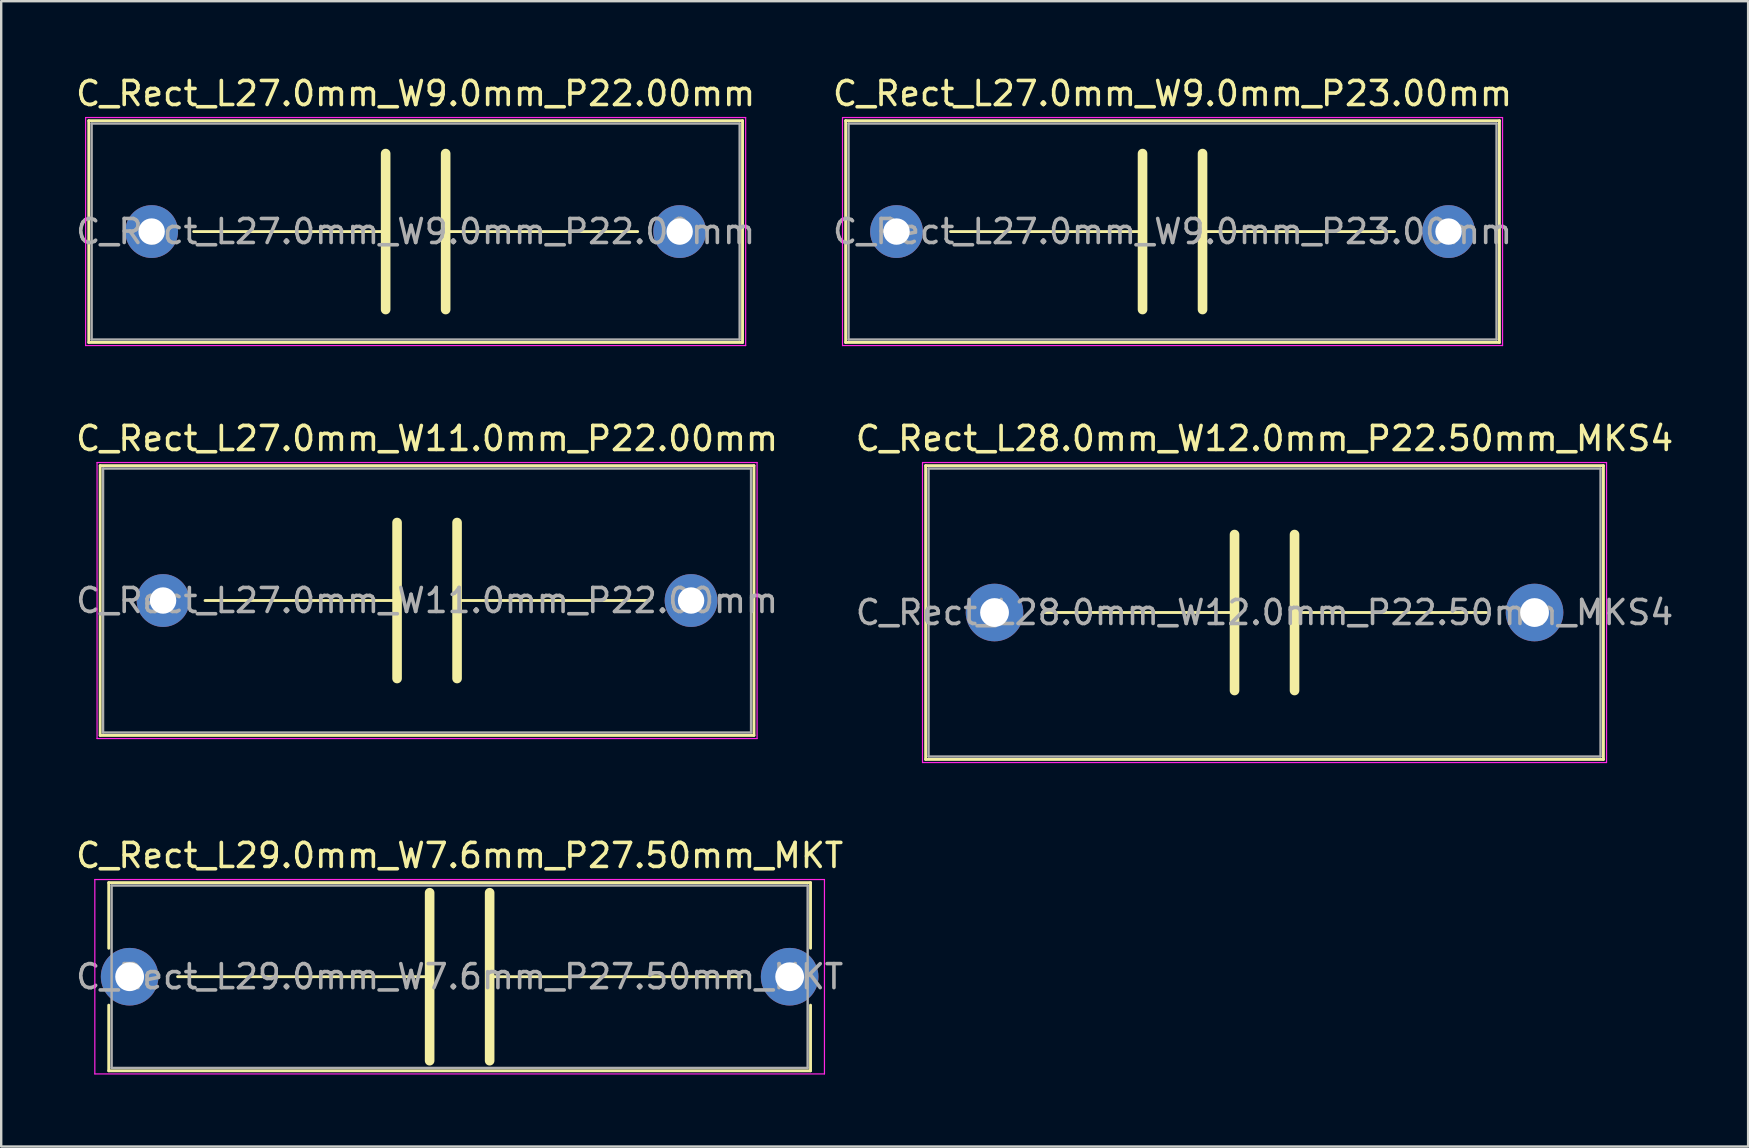
<source format=kicad_pcb>
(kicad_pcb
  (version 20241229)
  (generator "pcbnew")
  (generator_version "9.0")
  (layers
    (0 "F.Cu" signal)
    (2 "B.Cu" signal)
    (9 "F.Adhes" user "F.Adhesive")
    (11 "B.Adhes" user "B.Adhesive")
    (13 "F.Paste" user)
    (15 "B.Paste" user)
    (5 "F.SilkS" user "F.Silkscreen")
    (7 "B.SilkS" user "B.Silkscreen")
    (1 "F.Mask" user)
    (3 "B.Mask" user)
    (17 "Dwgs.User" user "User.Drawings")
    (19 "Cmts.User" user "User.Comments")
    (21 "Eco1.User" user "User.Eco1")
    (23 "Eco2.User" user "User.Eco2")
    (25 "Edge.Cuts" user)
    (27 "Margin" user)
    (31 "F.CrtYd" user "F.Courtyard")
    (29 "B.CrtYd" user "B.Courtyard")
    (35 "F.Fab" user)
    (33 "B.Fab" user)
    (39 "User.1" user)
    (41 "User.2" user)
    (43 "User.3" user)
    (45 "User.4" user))
  (footprint "C_Rect_L28.0mm_W12.0mm_P22.50mm_MKS4"
    (layer "F.Cu")
    (at 38.387 22.471)
    (property "Reference" "C_Rect_L28.0mm_W12.0mm_P22.50mm_MKS4" (at 11.25 -7.25 0) (layer "F.SilkS") (effects (font (size 1 1) (thickness 0.15))))
    (attr through_hole)
    (fp_line (start -2.87 -6.12) (end -2.87 6.12) (stroke (width 0.12) (type solid)) (layer "F.SilkS"))
    (fp_line (start -2.87 -6.12) (end 25.37 -6.12) (stroke (width 0.12) (type solid)) (layer "F.SilkS"))
    (fp_line (start -2.87 6.12) (end 25.37 6.12) (stroke (width 0.12) (type solid)) (layer "F.SilkS"))
    (fp_line (start 2 0) (end 10 0) (stroke (width 0.12) (type solid)) (layer "F.SilkS"))
    (fp_line (start 10 -3.25) (end 10 3.25) (stroke (width 0.4) (type solid)) (layer "F.SilkS"))
    (fp_line (start 12.5 -3.25) (end 12.5 3.25) (stroke (width 0.4) (type solid)) (layer "F.SilkS"))
    (fp_line (start 12.5 0) (end 20.5 0) (stroke (width 0.12) (type solid)) (layer "F.SilkS"))
    (fp_line (start 25.37 -6.12) (end 25.37 6.12) (stroke (width 0.12) (type solid)) (layer "F.SilkS"))
    (fp_line (start -3 -6.25) (end -3 6.25) (stroke (width 0.05) (type solid)) (layer "F.CrtYd"))
    (fp_line (start -3 6.25) (end 25.5 6.25) (stroke (width 0.05) (type solid)) (layer "F.CrtYd"))
    (fp_line (start 25.5 -6.25) (end -3 -6.25) (stroke (width 0.05) (type solid)) (layer "F.CrtYd"))
    (fp_line (start 25.5 6.25) (end 25.5 -6.25) (stroke (width 0.05) (type solid)) (layer "F.CrtYd"))
    (fp_line (start -2.75 -6) (end -2.75 6) (stroke (width 0.1) (type solid)) (layer "F.Fab"))
    (fp_line (start -2.75 6) (end 25.25 6) (stroke (width 0.1) (type solid)) (layer "F.Fab"))
    (fp_line (start 25.25 -6) (end -2.75 -6) (stroke (width 0.1) (type solid)) (layer "F.Fab"))
    (fp_line (start 25.25 6) (end 25.25 -6) (stroke (width 0.1) (type solid)) (layer "F.Fab"))
    (fp_text user "${REFERENCE}" (at 11.25 0 0) (layer "F.Fab") (effects (font (size 1 1) (thickness 0.15))))
    (pad "1" thru_hole circle (at 0 0) (size 2.4 2.4) (drill 1.2) (layers "*.Cu" "*.Mask"))
    (pad "2" thru_hole circle (at 22.5 0) (size 2.4 2.4) (drill 1.2) (layers "*.Cu" "*.Mask")))
  (footprint "C_Rect_L27.0mm_W11.0mm_P22.00mm"
    (layer "F.Cu")
    (at 3.744 21.971)
    (property "Reference" "C_Rect_L27.0mm_W11.0mm_P22.00mm" (at 11 -6.75 0) (layer "F.SilkS") (effects (font (size 1 1) (thickness 0.15))))
    (attr through_hole)
    (fp_line (start -2.62 -5.62) (end -2.62 5.62) (stroke (width 0.12) (type solid)) (layer "F.SilkS"))
    (fp_line (start -2.62 -5.62) (end 24.62 -5.62) (stroke (width 0.12) (type solid)) (layer "F.SilkS"))
    (fp_line (start -2.62 5.62) (end 24.62 5.62) (stroke (width 0.12) (type solid)) (layer "F.SilkS"))
    (fp_line (start 1.75 0) (end 9.75 0) (stroke (width 0.12) (type solid)) (layer "F.SilkS"))
    (fp_line (start 9.75 -3.25) (end 9.75 3.25) (stroke (width 0.4) (type solid)) (layer "F.SilkS"))
    (fp_line (start 12.25 -3.25) (end 12.25 3.25) (stroke (width 0.4) (type solid)) (layer "F.SilkS"))
    (fp_line (start 12.25 0) (end 20.25 0) (stroke (width 0.12) (type solid)) (layer "F.SilkS"))
    (fp_line (start 24.62 -5.62) (end 24.62 5.62) (stroke (width 0.12) (type solid)) (layer "F.SilkS"))
    (fp_line (start -2.75 -5.75) (end -2.75 5.75) (stroke (width 0.05) (type solid)) (layer "F.CrtYd"))
    (fp_line (start -2.75 5.75) (end 24.75 5.75) (stroke (width 0.05) (type solid)) (layer "F.CrtYd"))
    (fp_line (start 24.75 -5.75) (end -2.75 -5.75) (stroke (width 0.05) (type solid)) (layer "F.CrtYd"))
    (fp_line (start 24.75 5.75) (end 24.75 -5.75) (stroke (width 0.05) (type solid)) (layer "F.CrtYd"))
    (fp_line (start -2.5 -5.5) (end -2.5 5.5) (stroke (width 0.1) (type solid)) (layer "F.Fab"))
    (fp_line (start -2.5 5.5) (end 24.5 5.5) (stroke (width 0.1) (type solid)) (layer "F.Fab"))
    (fp_line (start 24.5 -5.5) (end -2.5 -5.5) (stroke (width 0.1) (type solid)) (layer "F.Fab"))
    (fp_line (start 24.5 5.5) (end 24.5 -5.5) (stroke (width 0.1) (type solid)) (layer "F.Fab"))
    (fp_text user "${REFERENCE}" (at 11 0 0) (layer "F.Fab") (effects (font (size 1 1) (thickness 0.15))))
    (pad "1" thru_hole circle (at 0 0) (size 2.2 2.2) (drill 1.1) (layers "*.Cu" "*.Mask"))
    (pad "2" thru_hole circle (at 22 0) (size 2.2 2.2) (drill 1.1) (layers "*.Cu" "*.Mask")))
  (footprint "C_Rect_L29.0mm_W7.6mm_P27.50mm_MKT"
    (layer "F.Cu")
    (at 2.351 37.645)
    (property "Reference" "C_Rect_L29.0mm_W7.6mm_P27.50mm_MKT" (at 13.75 -5.05 0) (layer "F.SilkS") (effects (font (size 1 1) (thickness 0.15))))
    (attr through_hole)
    (fp_line (start -0.87 -3.92) (end -0.87 -1.185) (stroke (width 0.12) (type solid)) (layer "F.SilkS"))
    (fp_line (start -0.87 -3.92) (end 28.37 -3.92) (stroke (width 0.12) (type solid)) (layer "F.SilkS"))
    (fp_line (start -0.87 1.185) (end -0.87 3.92) (stroke (width 0.12) (type solid)) (layer "F.SilkS"))
    (fp_line (start -0.87 3.92) (end 28.37 3.92) (stroke (width 0.12) (type solid)) (layer "F.SilkS"))
    (fp_line (start 2 0) (end 12.5 0) (stroke (width 0.12) (type solid)) (layer "F.SilkS"))
    (fp_line (start 12.5 -3.5) (end 12.5 3.5) (stroke (width 0.4) (type solid)) (layer "F.SilkS"))
    (fp_line (start 15 -3.5) (end 15 3.5) (stroke (width 0.4) (type solid)) (layer "F.SilkS"))
    (fp_line (start 15 0) (end 25.5 0) (stroke (width 0.12) (type solid)) (layer "F.SilkS"))
    (fp_line (start 28.37 -3.92) (end 28.37 -1.185) (stroke (width 0.12) (type solid)) (layer "F.SilkS"))
    (fp_line (start 28.37 1.185) (end 28.37 3.92) (stroke (width 0.12) (type solid)) (layer "F.SilkS"))
    (fp_line (start -1.45 -4.05) (end -1.45 4.05) (stroke (width 0.05) (type solid)) (layer "F.CrtYd"))
    (fp_line (start -1.45 4.05) (end 28.95 4.05) (stroke (width 0.05) (type solid)) (layer "F.CrtYd"))
    (fp_line (start 28.95 -4.05) (end -1.45 -4.05) (stroke (width 0.05) (type solid)) (layer "F.CrtYd"))
    (fp_line (start 28.95 4.05) (end 28.95 -4.05) (stroke (width 0.05) (type solid)) (layer "F.CrtYd"))
    (fp_line (start -0.75 -3.8) (end -0.75 3.8) (stroke (width 0.1) (type solid)) (layer "F.Fab"))
    (fp_line (start -0.75 3.8) (end 28.25 3.8) (stroke (width 0.1) (type solid)) (layer "F.Fab"))
    (fp_line (start 28.25 -3.8) (end -0.75 -3.8) (stroke (width 0.1) (type solid)) (layer "F.Fab"))
    (fp_line (start 28.25 3.8) (end 28.25 -3.8) (stroke (width 0.1) (type solid)) (layer "F.Fab"))
    (fp_text user "${REFERENCE}" (at 13.75 0 0) (layer "F.Fab") (effects (font (size 1 1) (thickness 0.15))))
    (pad "1" thru_hole circle (at 0 0) (size 2.4 2.4) (drill 1.2) (layers "*.Cu" "*.Mask"))
    (pad "2" thru_hole circle (at 27.5 0) (size 2.4 2.4) (drill 1.2) (layers "*.Cu" "*.Mask")))
  (footprint "C_Rect_L27.0mm_W9.0mm_P22.00mm"
    (layer "F.Cu")
    (at 3.268 6.598)
    (property "Reference" "C_Rect_L27.0mm_W9.0mm_P22.00mm" (at 11 -5.75 0) (layer "F.SilkS") (effects (font (size 1 1) (thickness 0.15))))
    (attr through_hole)
    (fp_line (start -2.62 -4.62) (end -2.62 4.62) (stroke (width 0.12) (type solid)) (layer "F.SilkS"))
    (fp_line (start -2.62 -4.62) (end 24.62 -4.62) (stroke (width 0.12) (type solid)) (layer "F.SilkS"))
    (fp_line (start -2.62 4.62) (end 24.62 4.62) (stroke (width 0.12) (type solid)) (layer "F.SilkS"))
    (fp_line (start 1.75 0) (end 9.75 0) (stroke (width 0.12) (type solid)) (layer "F.SilkS"))
    (fp_line (start 9.75 -3.25) (end 9.75 3.25) (stroke (width 0.4) (type solid)) (layer "F.SilkS"))
    (fp_line (start 12.25 -3.25) (end 12.25 3.25) (stroke (width 0.4) (type solid)) (layer "F.SilkS"))
    (fp_line (start 12.25 0) (end 20.25 0) (stroke (width 0.12) (type solid)) (layer "F.SilkS"))
    (fp_line (start 24.62 -4.62) (end 24.62 4.62) (stroke (width 0.12) (type solid)) (layer "F.SilkS"))
    (fp_line (start -2.75 -4.75) (end -2.75 4.75) (stroke (width 0.05) (type solid)) (layer "F.CrtYd"))
    (fp_line (start -2.75 4.75) (end 24.75 4.75) (stroke (width 0.05) (type solid)) (layer "F.CrtYd"))
    (fp_line (start 24.75 -4.75) (end -2.75 -4.75) (stroke (width 0.05) (type solid)) (layer "F.CrtYd"))
    (fp_line (start 24.75 4.75) (end 24.75 -4.75) (stroke (width 0.05) (type solid)) (layer "F.CrtYd"))
    (fp_line (start -2.5 -4.5) (end -2.5 4.5) (stroke (width 0.1) (type solid)) (layer "F.Fab"))
    (fp_line (start -2.5 4.5) (end 24.5 4.5) (stroke (width 0.1) (type solid)) (layer "F.Fab"))
    (fp_line (start 24.5 -4.5) (end -2.5 -4.5) (stroke (width 0.1) (type solid)) (layer "F.Fab"))
    (fp_line (start 24.5 4.5) (end 24.5 -4.5) (stroke (width 0.1) (type solid)) (layer "F.Fab"))
    (fp_text user "${REFERENCE}" (at 11 0 0) (layer "F.Fab") (effects (font (size 1 1) (thickness 0.15))))
    (pad "1" thru_hole circle (at 0 0) (size 2.2 2.2) (drill 1.1) (layers "*.Cu" "*.Mask"))
    (pad "2" thru_hole circle (at 22 0) (size 2.2 2.2) (drill 1.1) (layers "*.Cu" "*.Mask")))
  (footprint "C_Rect_L27.0mm_W9.0mm_P23.00mm"
    (layer "F.Cu")
    (at 34.304 6.598)
    (property "Reference" "C_Rect_L27.0mm_W9.0mm_P23.00mm" (at 11.5 -5.75 0) (layer "F.SilkS") (effects (font (size 1 1) (thickness 0.15))))
    (attr through_hole)
    (fp_line (start -2.12 -4.62) (end -2.12 4.62) (stroke (width 0.12) (type solid)) (layer "F.SilkS"))
    (fp_line (start -2.12 -4.62) (end 25.12 -4.62) (stroke (width 0.12) (type solid)) (layer "F.SilkS"))
    (fp_line (start -2.12 4.62) (end 25.12 4.62) (stroke (width 0.12) (type solid)) (layer "F.SilkS"))
    (fp_line (start 2.25 0) (end 10.25 0) (stroke (width 0.12) (type solid)) (layer "F.SilkS"))
    (fp_line (start 10.25 -3.25) (end 10.25 3.25) (stroke (width 0.4) (type solid)) (layer "F.SilkS"))
    (fp_line (start 12.75 -3.25) (end 12.75 3.25) (stroke (width 0.4) (type solid)) (layer "F.SilkS"))
    (fp_line (start 12.75 0) (end 20.75 0) (stroke (width 0.12) (type solid)) (layer "F.SilkS"))
    (fp_line (start 25.12 -4.62) (end 25.12 4.62) (stroke (width 0.12) (type solid)) (layer "F.SilkS"))
    (fp_line (start -2.25 -4.75) (end -2.25 4.75) (stroke (width 0.05) (type solid)) (layer "F.CrtYd"))
    (fp_line (start -2.25 4.75) (end 25.25 4.75) (stroke (width 0.05) (type solid)) (layer "F.CrtYd"))
    (fp_line (start 25.25 -4.75) (end -2.25 -4.75) (stroke (width 0.05) (type solid)) (layer "F.CrtYd"))
    (fp_line (start 25.25 4.75) (end 25.25 -4.75) (stroke (width 0.05) (type solid)) (layer "F.CrtYd"))
    (fp_line (start -2 -4.5) (end -2 4.5) (stroke (width 0.1) (type solid)) (layer "F.Fab"))
    (fp_line (start -2 4.5) (end 25 4.5) (stroke (width 0.1) (type solid)) (layer "F.Fab"))
    (fp_line (start 25 -4.5) (end -2 -4.5) (stroke (width 0.1) (type solid)) (layer "F.Fab"))
    (fp_line (start 25 4.5) (end 25 -4.5) (stroke (width 0.1) (type solid)) (layer "F.Fab"))
    (fp_text user "${REFERENCE}" (at 11.5 0 0) (layer "F.Fab") (effects (font (size 1 1) (thickness 0.15))))
    (pad "1" thru_hole circle (at 0 0) (size 2.2 2.2) (drill 1.1) (layers "*.Cu" "*.Mask"))
    (pad "2" thru_hole circle (at 23 0) (size 2.2 2.2) (drill 1.1) (layers "*.Cu" "*.Mask")))
  (gr_rect
    (start -3 -3)
    (end 69.786 44.72)
    (stroke (width 0.1) (type default))
    (fill no)
    (layer "Edge.Cuts")))
</source>
